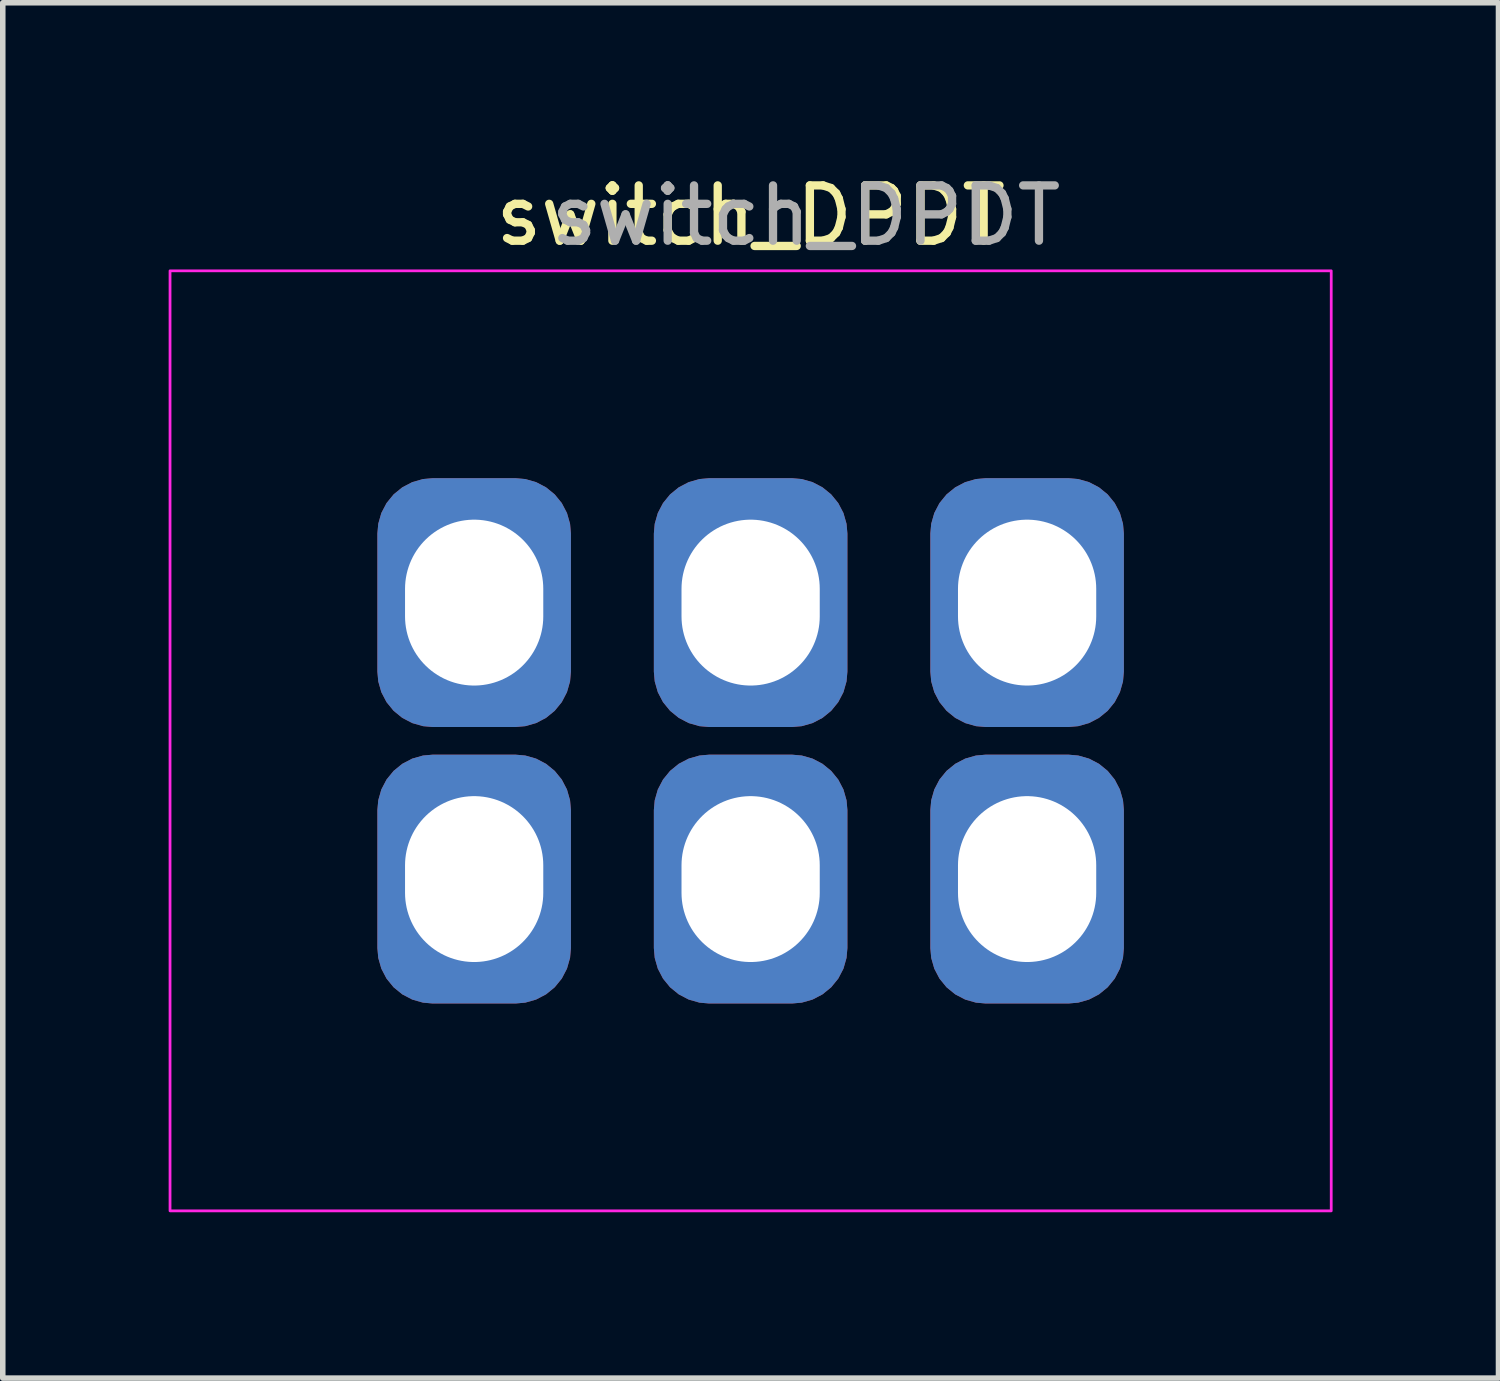
<source format=kicad_pcb>
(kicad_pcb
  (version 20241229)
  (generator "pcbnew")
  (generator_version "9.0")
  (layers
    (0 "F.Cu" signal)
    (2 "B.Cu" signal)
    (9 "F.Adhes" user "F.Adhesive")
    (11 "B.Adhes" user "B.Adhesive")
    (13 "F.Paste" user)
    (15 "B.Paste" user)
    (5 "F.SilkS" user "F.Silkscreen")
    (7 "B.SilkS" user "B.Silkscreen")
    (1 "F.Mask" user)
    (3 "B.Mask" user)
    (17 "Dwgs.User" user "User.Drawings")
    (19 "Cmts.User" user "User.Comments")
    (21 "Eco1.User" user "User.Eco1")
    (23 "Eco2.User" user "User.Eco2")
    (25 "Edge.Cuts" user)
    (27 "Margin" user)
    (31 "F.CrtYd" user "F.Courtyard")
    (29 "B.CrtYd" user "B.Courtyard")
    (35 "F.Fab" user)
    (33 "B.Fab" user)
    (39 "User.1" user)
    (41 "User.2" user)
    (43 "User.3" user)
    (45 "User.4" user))
  (footprint "switch_DPDT"
    (layer "F.Cu")
    (at 5.525 7.848)
    (property "Reference" "switch_DPDT" (at 5 -7 0) (layer "F.SilkS") (effects (font (size 1 1) (thickness 0.15))))
    (attr through_hole)
    (fp_rect (start -5.5 -6) (end 15.5 11) (stroke (width 0.05) (type default)) (fill no) (layer "F.CrtYd"))
    (fp_text user "${REFERENCE}" (at 6 -7 0) (layer "F.Fab") (effects (font (size 1 1) (thickness 0.15))))
    (pad "1" thru_hole roundrect (at 0 0) (size 3.5 4.5) (drill oval 2.5 3) (layers "*.Cu" "*.Mask") (roundrect_rratio 0.286))
    (pad "2" thru_hole roundrect (at 5 0) (size 3.5 4.5) (drill oval 2.5 3) (layers "*.Cu" "*.Mask") (roundrect_rratio 0.286))
    (pad "3" thru_hole roundrect (at 10 0) (size 3.5 4.5) (drill oval 2.5 3) (layers "*.Cu" "*.Mask") (roundrect_rratio 0.286))
    (pad "4" thru_hole roundrect (at 10 5) (size 3.5 4.5) (drill oval 2.5 3) (layers "*.Cu" "*.Mask") (roundrect_rratio 0.286))
    (pad "5" thru_hole roundrect (at 5 5) (size 3.5 4.5) (drill oval 2.5 3) (layers "*.Cu" "*.Mask") (roundrect_rratio 0.286))
    (pad "6" thru_hole roundrect (at 0 5) (size 3.5 4.5) (drill oval 2.5 3) (layers "*.Cu" "*.Mask") (roundrect_rratio 0.286)))
  (gr_rect
    (start -3 -3)
    (end 24.05 21.873)
    (stroke (width 0.1) (type default))
    (fill no)
    (layer "Edge.Cuts")))
</source>
